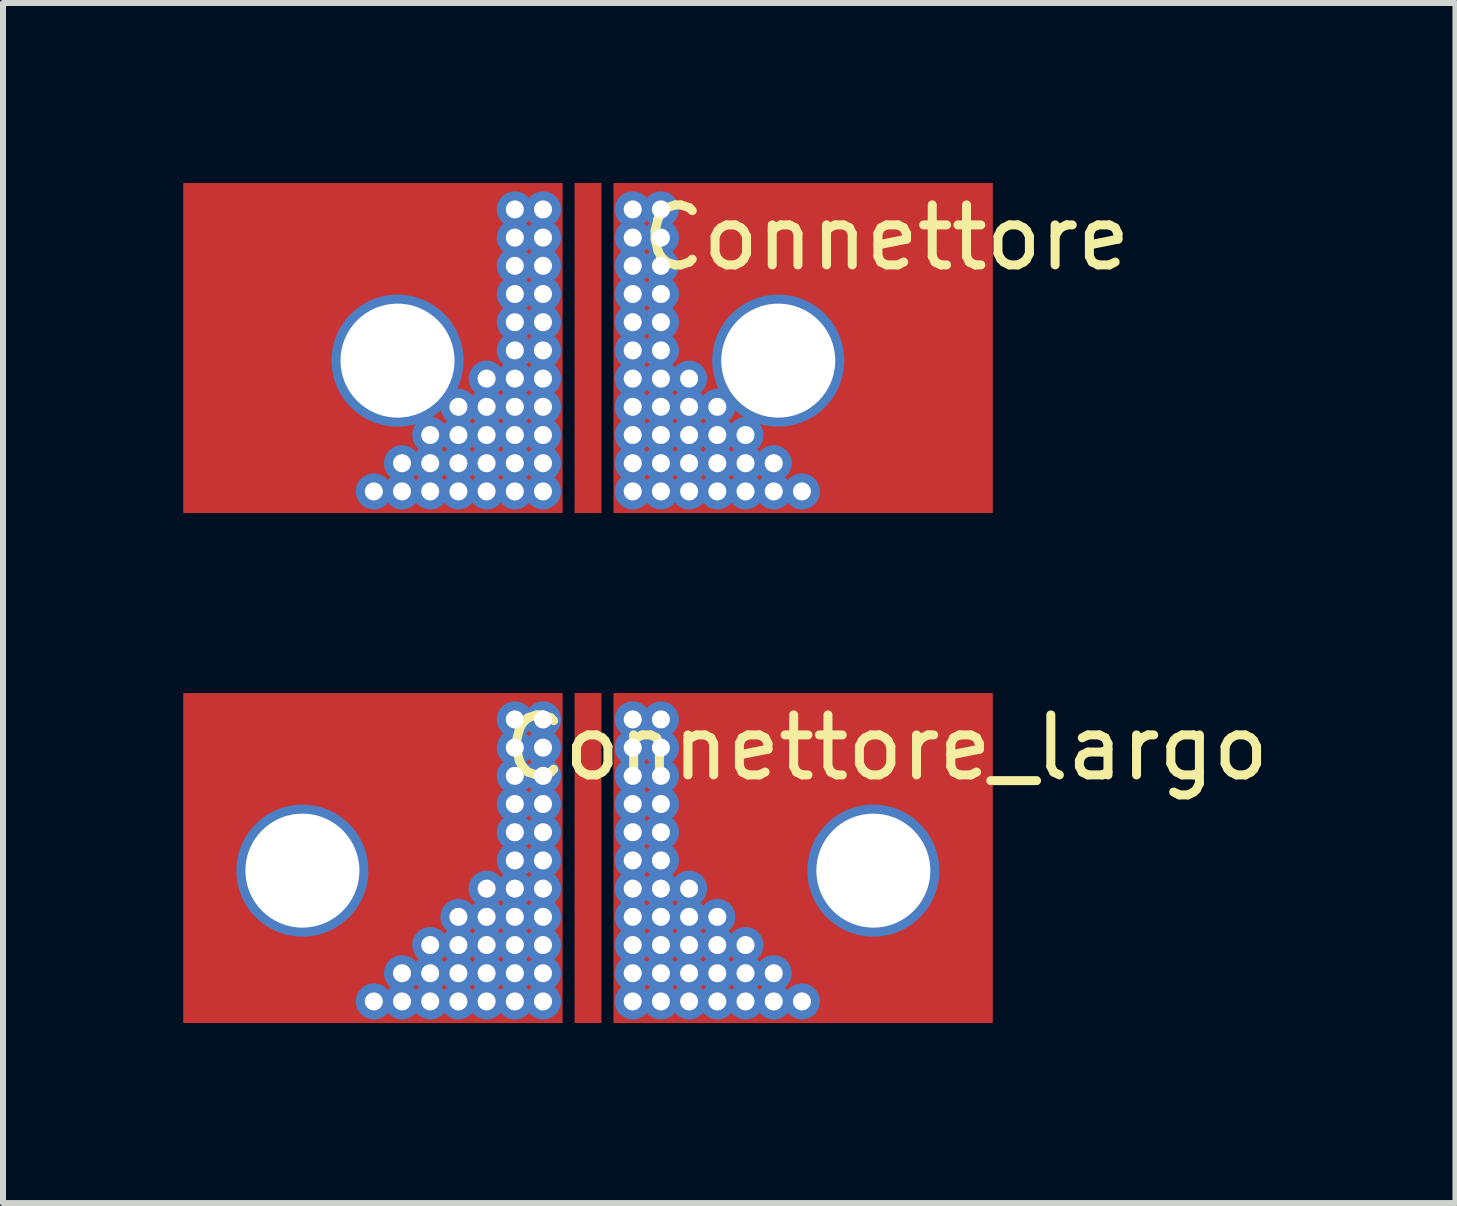
<source format=kicad_pcb>
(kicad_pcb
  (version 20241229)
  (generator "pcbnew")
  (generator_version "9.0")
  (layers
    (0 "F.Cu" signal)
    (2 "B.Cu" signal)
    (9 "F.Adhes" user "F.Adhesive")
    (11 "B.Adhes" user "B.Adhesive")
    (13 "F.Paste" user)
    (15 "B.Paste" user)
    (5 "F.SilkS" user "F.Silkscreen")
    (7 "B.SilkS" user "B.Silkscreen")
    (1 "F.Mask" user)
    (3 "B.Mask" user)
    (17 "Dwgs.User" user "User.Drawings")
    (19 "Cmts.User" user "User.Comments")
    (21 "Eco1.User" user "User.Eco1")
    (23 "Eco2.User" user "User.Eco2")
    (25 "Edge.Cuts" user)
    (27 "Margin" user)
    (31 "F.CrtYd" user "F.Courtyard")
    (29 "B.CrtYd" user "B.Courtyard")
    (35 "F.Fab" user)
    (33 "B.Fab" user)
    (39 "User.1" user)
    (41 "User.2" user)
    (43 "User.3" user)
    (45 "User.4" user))
  (footprint "Connettore_largo"
    (layer "F.Cu")
    (at 6.84 11.9)
    (property "Reference" "Connettore_largo" (at 4.885 -2.49 0) (layer "F.SilkS") (effects (font (size 1 1) (thickness 0.15))))
    (attr through_hole)
    (fp_poly (pts (xy 6.66 2.1) (xy -6.84 2.1) (xy -6.84 -3.4) (xy 6.66 -3.4)) (stroke (width 0) (type solid)) (fill yes) (layer "F.Mask"))
    (fp_poly (pts (xy 6.66 2.1) (xy -6.84 2.1) (xy -6.84 -3.4) (xy 6.66 -3.4)) (stroke (width 0) (type solid)) (fill yes) (layer "B.Mask"))
    (pad "1" connect rect (at -0.09 -0.65) (size 0.448 5.5) (layers "F.Cu" "F.Mask"))
    (pad "2" thru_hole circle (at -4.85 -0.44) (size 2.2 2.2) (drill 1.9) (layers "*.Cu" "*.Mask"))
    (pad "2" connect rect (at -3.675 -0.65) (size 6.322 5.5) (layers "F.Cu" "F.Mask"))
    (pad "2" thru_hole circle (at -3.66 1.74) (size 0.6 0.6) (drill 0.3) (layers "*.Cu" "*.Mask"))
    (pad "2" thru_hole circle (at -3.19 1.27) (size 0.6 0.6) (drill 0.3) (layers "*.Cu" "*.Mask"))
    (pad "2" thru_hole circle (at -3.19 1.74) (size 0.6 0.6) (drill 0.3) (layers "*.Cu" "*.Mask"))
    (pad "2" thru_hole circle (at -2.72 0.8) (size 0.6 0.6) (drill 0.3) (layers "*.Cu" "*.Mask"))
    (pad "2" thru_hole circle (at -2.72 1.27) (size 0.6 0.6) (drill 0.3) (layers "*.Cu" "*.Mask"))
    (pad "2" thru_hole circle (at -2.72 1.74) (size 0.6 0.6) (drill 0.3) (layers "*.Cu" "*.Mask"))
    (pad "2" thru_hole circle (at -2.25 0.33) (size 0.6 0.6) (drill 0.3) (layers "*.Cu" "*.Mask"))
    (pad "2" thru_hole circle (at -2.25 0.8) (size 0.6 0.6) (drill 0.3) (layers "*.Cu" "*.Mask"))
    (pad "2" thru_hole circle (at -2.25 1.27) (size 0.6 0.6) (drill 0.3) (layers "*.Cu" "*.Mask"))
    (pad "2" thru_hole circle (at -2.25 1.74) (size 0.6 0.6) (drill 0.3) (layers "*.Cu" "*.Mask"))
    (pad "2" thru_hole circle (at -1.78 -0.14) (size 0.6 0.6) (drill 0.3) (layers "*.Cu" "*.Mask"))
    (pad "2" thru_hole circle (at -1.78 0.33) (size 0.6 0.6) (drill 0.3) (layers "*.Cu" "*.Mask"))
    (pad "2" thru_hole circle (at -1.78 0.8) (size 0.6 0.6) (drill 0.3) (layers "*.Cu" "*.Mask"))
    (pad "2" thru_hole circle (at -1.78 1.27) (size 0.6 0.6) (drill 0.3) (layers "*.Cu" "*.Mask"))
    (pad "2" thru_hole circle (at -1.78 1.74) (size 0.6 0.6) (drill 0.3) (layers "*.Cu" "*.Mask"))
    (pad "2" thru_hole circle (at -1.31 -2.96) (size 0.6 0.6) (drill 0.3) (layers "*.Cu" "*.Mask"))
    (pad "2" thru_hole circle (at -1.31 -2.49) (size 0.6 0.6) (drill 0.3) (layers "*.Cu" "*.Mask"))
    (pad "2" thru_hole circle (at -1.31 -2.02) (size 0.6 0.6) (drill 0.3) (layers "*.Cu" "*.Mask"))
    (pad "2" thru_hole circle (at -1.31 -1.55) (size 0.6 0.6) (drill 0.3) (layers "*.Cu" "*.Mask"))
    (pad "2" thru_hole circle (at -1.31 -1.08) (size 0.6 0.6) (drill 0.3) (layers "*.Cu" "*.Mask"))
    (pad "2" thru_hole circle (at -1.31 -0.61) (size 0.6 0.6) (drill 0.3) (layers "*.Cu" "*.Mask"))
    (pad "2" thru_hole circle (at -1.31 -0.14) (size 0.6 0.6) (drill 0.3) (layers "*.Cu" "*.Mask"))
    (pad "2" thru_hole circle (at -1.31 0.33) (size 0.6 0.6) (drill 0.3) (layers "*.Cu" "*.Mask"))
    (pad "2" thru_hole circle (at -1.31 0.8) (size 0.6 0.6) (drill 0.3) (layers "*.Cu" "*.Mask"))
    (pad "2" thru_hole circle (at -1.31 1.27) (size 0.6 0.6) (drill 0.3) (layers "*.Cu" "*.Mask"))
    (pad "2" thru_hole circle (at -1.31 1.74) (size 0.6 0.6) (drill 0.3) (layers "*.Cu" "*.Mask"))
    (pad "2" thru_hole circle (at -0.84 -2.96) (size 0.6 0.6) (drill 0.3) (layers "*.Cu" "*.Mask"))
    (pad "2" thru_hole circle (at -0.84 -2.49) (size 0.6 0.6) (drill 0.3) (layers "*.Cu" "*.Mask"))
    (pad "2" thru_hole circle (at -0.84 -2.02) (size 0.6 0.6) (drill 0.3) (layers "*.Cu" "*.Mask"))
    (pad "2" thru_hole circle (at -0.84 -1.55) (size 0.6 0.6) (drill 0.3) (layers "*.Cu" "*.Mask"))
    (pad "2" thru_hole circle (at -0.84 -1.08) (size 0.6 0.6) (drill 0.3) (layers "*.Cu" "*.Mask"))
    (pad "2" thru_hole circle (at -0.84 -0.61) (size 0.6 0.6) (drill 0.3) (layers "*.Cu" "*.Mask"))
    (pad "2" thru_hole circle (at -0.84 -0.14) (size 0.6 0.6) (drill 0.3) (layers "*.Cu" "*.Mask"))
    (pad "2" thru_hole circle (at -0.84 0.33) (size 0.6 0.6) (drill 0.3) (layers "*.Cu" "*.Mask"))
    (pad "2" thru_hole circle (at -0.84 0.8) (size 0.6 0.6) (drill 0.3) (layers "*.Cu" "*.Mask"))
    (pad "2" thru_hole circle (at -0.84 1.27) (size 0.6 0.6) (drill 0.3) (layers "*.Cu" "*.Mask"))
    (pad "2" thru_hole circle (at -0.84 1.74) (size 0.6 0.6) (drill 0.3) (layers "*.Cu" "*.Mask"))
    (pad "2" thru_hole circle (at 0.655 -2.96) (size 0.6 0.6) (drill 0.3) (layers "*.Cu" "*.Mask"))
    (pad "2" thru_hole circle (at 0.655 -2.49) (size 0.6 0.6) (drill 0.3) (layers "*.Cu" "*.Mask"))
    (pad "2" thru_hole circle (at 0.655 -2.02) (size 0.6 0.6) (drill 0.3) (layers "*.Cu" "*.Mask"))
    (pad "2" thru_hole circle (at 0.655 -1.55) (size 0.6 0.6) (drill 0.3) (layers "*.Cu" "*.Mask"))
    (pad "2" thru_hole circle (at 0.655 -1.08) (size 0.6 0.6) (drill 0.3) (layers "*.Cu" "*.Mask"))
    (pad "2" thru_hole circle (at 0.655 -0.61) (size 0.6 0.6) (drill 0.3) (layers "*.Cu" "*.Mask"))
    (pad "2" thru_hole circle (at 0.655 -0.14) (size 0.6 0.6) (drill 0.3) (layers "*.Cu" "*.Mask"))
    (pad "2" thru_hole circle (at 0.655 0.33) (size 0.6 0.6) (drill 0.3) (layers "*.Cu" "*.Mask"))
    (pad "2" thru_hole circle (at 0.655 0.8) (size 0.6 0.6) (drill 0.3) (layers "*.Cu" "*.Mask"))
    (pad "2" thru_hole circle (at 0.655 1.27) (size 0.6 0.6) (drill 0.3) (layers "*.Cu" "*.Mask"))
    (pad "2" thru_hole circle (at 0.655 1.74) (size 0.6 0.6) (drill 0.3) (layers "*.Cu" "*.Mask"))
    (pad "2" thru_hole circle (at 1.125 -2.96) (size 0.6 0.6) (drill 0.3) (layers "*.Cu" "*.Mask"))
    (pad "2" thru_hole circle (at 1.125 -2.49) (size 0.6 0.6) (drill 0.3) (layers "*.Cu" "*.Mask"))
    (pad "2" thru_hole circle (at 1.125 -2.02) (size 0.6 0.6) (drill 0.3) (layers "*.Cu" "*.Mask"))
    (pad "2" thru_hole circle (at 1.125 -1.55) (size 0.6 0.6) (drill 0.3) (layers "*.Cu" "*.Mask"))
    (pad "2" thru_hole circle (at 1.125 -1.08) (size 0.6 0.6) (drill 0.3) (layers "*.Cu" "*.Mask"))
    (pad "2" thru_hole circle (at 1.125 -0.61) (size 0.6 0.6) (drill 0.3) (layers "*.Cu" "*.Mask"))
    (pad "2" thru_hole circle (at 1.125 -0.14) (size 0.6 0.6) (drill 0.3) (layers "*.Cu" "*.Mask"))
    (pad "2" thru_hole circle (at 1.125 0.33) (size 0.6 0.6) (drill 0.3) (layers "*.Cu" "*.Mask"))
    (pad "2" thru_hole circle (at 1.125 0.8) (size 0.6 0.6) (drill 0.3) (layers "*.Cu" "*.Mask"))
    (pad "2" thru_hole circle (at 1.125 1.27) (size 0.6 0.6) (drill 0.3) (layers "*.Cu" "*.Mask"))
    (pad "2" thru_hole circle (at 1.125 1.74) (size 0.6 0.6) (drill 0.3) (layers "*.Cu" "*.Mask"))
    (pad "2" thru_hole circle (at 1.595 -0.14) (size 0.6 0.6) (drill 0.3) (layers "*.Cu" "*.Mask"))
    (pad "2" thru_hole circle (at 1.595 0.33) (size 0.6 0.6) (drill 0.3) (layers "*.Cu" "*.Mask"))
    (pad "2" thru_hole circle (at 1.595 0.8) (size 0.6 0.6) (drill 0.3) (layers "*.Cu" "*.Mask"))
    (pad "2" thru_hole circle (at 1.595 1.27) (size 0.6 0.6) (drill 0.3) (layers "*.Cu" "*.Mask"))
    (pad "2" thru_hole circle (at 1.595 1.74) (size 0.6 0.6) (drill 0.3) (layers "*.Cu" "*.Mask"))
    (pad "2" thru_hole circle (at 2.065 0.33) (size 0.6 0.6) (drill 0.3) (layers "*.Cu" "*.Mask"))
    (pad "2" thru_hole circle (at 2.065 0.8) (size 0.6 0.6) (drill 0.3) (layers "*.Cu" "*.Mask"))
    (pad "2" thru_hole circle (at 2.065 1.27) (size 0.6 0.6) (drill 0.3) (layers "*.Cu" "*.Mask"))
    (pad "2" thru_hole circle (at 2.065 1.74) (size 0.6 0.6) (drill 0.3) (layers "*.Cu" "*.Mask"))
    (pad "2" thru_hole circle (at 2.535 0.8) (size 0.6 0.6) (drill 0.3) (layers "*.Cu" "*.Mask"))
    (pad "2" thru_hole circle (at 2.535 1.27) (size 0.6 0.6) (drill 0.3) (layers "*.Cu" "*.Mask"))
    (pad "2" thru_hole circle (at 2.535 1.74) (size 0.6 0.6) (drill 0.3) (layers "*.Cu" "*.Mask"))
    (pad "2" thru_hole circle (at 3.005 1.27) (size 0.6 0.6) (drill 0.3) (layers "*.Cu" "*.Mask"))
    (pad "2" thru_hole circle (at 3.005 1.74) (size 0.6 0.6) (drill 0.3) (layers "*.Cu" "*.Mask"))
    (pad "2" thru_hole circle (at 3.475 1.74) (size 0.6 0.6) (drill 0.3) (layers "*.Cu" "*.Mask"))
    (pad "2" connect rect (at 3.495 -0.65) (size 6.322 5.5) (layers "F.Cu" "F.Mask"))
    (pad "2" thru_hole circle (at 4.665 -0.44) (size 2.2 2.2) (drill 1.9) (layers "*.Cu" "*.Mask")))
  (footprint "Connettore"
    (layer "F.Cu")
    (at 6.84 3.4)
    (property "Reference" "Connettore" (at 4.885 -2.49 0) (layer "F.SilkS") (effects (font (size 1 1) (thickness 0.15))))
    (attr through_hole)
    (fp_poly (pts (xy 6.66 2.1) (xy -6.84 2.1) (xy -6.84 -3.4) (xy 6.66 -3.4)) (stroke (width 0) (type solid)) (fill yes) (layer "F.Mask"))
    (pad "1" connect rect (at -0.09 -0.65) (size 0.448 5.5) (layers "F.Cu" "F.Mask"))
    (pad "2" connect rect (at -3.675 -0.65) (size 6.322 5.5) (layers "F.Cu" "F.Mask"))
    (pad "2" thru_hole circle (at -3.66 1.74) (size 0.6 0.6) (drill 0.3) (layers "*.Cu" "*.Mask"))
    (pad "2" thru_hole circle (at -3.265 -0.44) (size 2.2 2.2) (drill 1.9) (layers "*.Cu" "*.Mask"))
    (pad "2" thru_hole circle (at -3.19 1.27) (size 0.6 0.6) (drill 0.3) (layers "*.Cu" "*.Mask"))
    (pad "2" thru_hole circle (at -3.19 1.74) (size 0.6 0.6) (drill 0.3) (layers "*.Cu" "*.Mask"))
    (pad "2" thru_hole circle (at -2.72 0.8) (size 0.6 0.6) (drill 0.3) (layers "*.Cu" "*.Mask"))
    (pad "2" thru_hole circle (at -2.72 1.27) (size 0.6 0.6) (drill 0.3) (layers "*.Cu" "*.Mask"))
    (pad "2" thru_hole circle (at -2.72 1.74) (size 0.6 0.6) (drill 0.3) (layers "*.Cu" "*.Mask"))
    (pad "2" thru_hole circle (at -2.25 0.33) (size 0.6 0.6) (drill 0.3) (layers "*.Cu" "*.Mask"))
    (pad "2" thru_hole circle (at -2.25 0.8) (size 0.6 0.6) (drill 0.3) (layers "*.Cu" "*.Mask"))
    (pad "2" thru_hole circle (at -2.25 1.27) (size 0.6 0.6) (drill 0.3) (layers "*.Cu" "*.Mask"))
    (pad "2" thru_hole circle (at -2.25 1.74) (size 0.6 0.6) (drill 0.3) (layers "*.Cu" "*.Mask"))
    (pad "2" thru_hole circle (at -1.78 -0.14) (size 0.6 0.6) (drill 0.3) (layers "*.Cu" "*.Mask"))
    (pad "2" thru_hole circle (at -1.78 0.33) (size 0.6 0.6) (drill 0.3) (layers "*.Cu" "*.Mask"))
    (pad "2" thru_hole circle (at -1.78 0.8) (size 0.6 0.6) (drill 0.3) (layers "*.Cu" "*.Mask"))
    (pad "2" thru_hole circle (at -1.78 1.27) (size 0.6 0.6) (drill 0.3) (layers "*.Cu" "*.Mask"))
    (pad "2" thru_hole circle (at -1.78 1.74) (size 0.6 0.6) (drill 0.3) (layers "*.Cu" "*.Mask"))
    (pad "2" thru_hole circle (at -1.31 -2.96) (size 0.6 0.6) (drill 0.3) (layers "*.Cu" "*.Mask"))
    (pad "2" thru_hole circle (at -1.31 -2.49) (size 0.6 0.6) (drill 0.3) (layers "*.Cu" "*.Mask"))
    (pad "2" thru_hole circle (at -1.31 -2.02) (size 0.6 0.6) (drill 0.3) (layers "*.Cu" "*.Mask"))
    (pad "2" thru_hole circle (at -1.31 -1.55) (size 0.6 0.6) (drill 0.3) (layers "*.Cu" "*.Mask"))
    (pad "2" thru_hole circle (at -1.31 -1.08) (size 0.6 0.6) (drill 0.3) (layers "*.Cu" "*.Mask"))
    (pad "2" thru_hole circle (at -1.31 -0.61) (size 0.6 0.6) (drill 0.3) (layers "*.Cu" "*.Mask"))
    (pad "2" thru_hole circle (at -1.31 -0.14) (size 0.6 0.6) (drill 0.3) (layers "*.Cu" "*.Mask"))
    (pad "2" thru_hole circle (at -1.31 0.33) (size 0.6 0.6) (drill 0.3) (layers "*.Cu" "*.Mask"))
    (pad "2" thru_hole circle (at -1.31 0.8) (size 0.6 0.6) (drill 0.3) (layers "*.Cu" "*.Mask"))
    (pad "2" thru_hole circle (at -1.31 1.27) (size 0.6 0.6) (drill 0.3) (layers "*.Cu" "*.Mask"))
    (pad "2" thru_hole circle (at -1.31 1.74) (size 0.6 0.6) (drill 0.3) (layers "*.Cu" "*.Mask"))
    (pad "2" thru_hole circle (at -0.84 -2.96) (size 0.6 0.6) (drill 0.3) (layers "*.Cu" "*.Mask"))
    (pad "2" thru_hole circle (at -0.84 -2.49) (size 0.6 0.6) (drill 0.3) (layers "*.Cu" "*.Mask"))
    (pad "2" thru_hole circle (at -0.84 -2.02) (size 0.6 0.6) (drill 0.3) (layers "*.Cu" "*.Mask"))
    (pad "2" thru_hole circle (at -0.84 -1.55) (size 0.6 0.6) (drill 0.3) (layers "*.Cu" "*.Mask"))
    (pad "2" thru_hole circle (at -0.84 -1.08) (size 0.6 0.6) (drill 0.3) (layers "*.Cu" "*.Mask"))
    (pad "2" thru_hole circle (at -0.84 -0.61) (size 0.6 0.6) (drill 0.3) (layers "*.Cu" "*.Mask"))
    (pad "2" thru_hole circle (at -0.84 -0.14) (size 0.6 0.6) (drill 0.3) (layers "*.Cu" "*.Mask"))
    (pad "2" thru_hole circle (at -0.84 0.33) (size 0.6 0.6) (drill 0.3) (layers "*.Cu" "*.Mask"))
    (pad "2" thru_hole circle (at -0.84 0.8) (size 0.6 0.6) (drill 0.3) (layers "*.Cu" "*.Mask"))
    (pad "2" thru_hole circle (at -0.84 1.27) (size 0.6 0.6) (drill 0.3) (layers "*.Cu" "*.Mask"))
    (pad "2" thru_hole circle (at -0.84 1.74) (size 0.6 0.6) (drill 0.3) (layers "*.Cu" "*.Mask"))
    (pad "2" thru_hole circle (at 0.655 -2.96) (size 0.6 0.6) (drill 0.3) (layers "*.Cu" "*.Mask"))
    (pad "2" thru_hole circle (at 0.655 -2.49) (size 0.6 0.6) (drill 0.3) (layers "*.Cu" "*.Mask"))
    (pad "2" thru_hole circle (at 0.655 -2.02) (size 0.6 0.6) (drill 0.3) (layers "*.Cu" "*.Mask"))
    (pad "2" thru_hole circle (at 0.655 -1.55) (size 0.6 0.6) (drill 0.3) (layers "*.Cu" "*.Mask"))
    (pad "2" thru_hole circle (at 0.655 -1.08) (size 0.6 0.6) (drill 0.3) (layers "*.Cu" "*.Mask"))
    (pad "2" thru_hole circle (at 0.655 -0.61) (size 0.6 0.6) (drill 0.3) (layers "*.Cu" "*.Mask"))
    (pad "2" thru_hole circle (at 0.655 -0.14) (size 0.6 0.6) (drill 0.3) (layers "*.Cu" "*.Mask"))
    (pad "2" thru_hole circle (at 0.655 0.33) (size 0.6 0.6) (drill 0.3) (layers "*.Cu" "*.Mask"))
    (pad "2" thru_hole circle (at 0.655 0.8) (size 0.6 0.6) (drill 0.3) (layers "*.Cu" "*.Mask"))
    (pad "2" thru_hole circle (at 0.655 1.27) (size 0.6 0.6) (drill 0.3) (layers "*.Cu" "*.Mask"))
    (pad "2" thru_hole circle (at 0.655 1.74) (size 0.6 0.6) (drill 0.3) (layers "*.Cu" "*.Mask"))
    (pad "2" thru_hole circle (at 1.125 -2.96) (size 0.6 0.6) (drill 0.3) (layers "*.Cu" "*.Mask"))
    (pad "2" thru_hole circle (at 1.125 -2.49) (size 0.6 0.6) (drill 0.3) (layers "*.Cu" "*.Mask"))
    (pad "2" thru_hole circle (at 1.125 -2.02) (size 0.6 0.6) (drill 0.3) (layers "*.Cu" "*.Mask"))
    (pad "2" thru_hole circle (at 1.125 -1.55) (size 0.6 0.6) (drill 0.3) (layers "*.Cu" "*.Mask"))
    (pad "2" thru_hole circle (at 1.125 -1.08) (size 0.6 0.6) (drill 0.3) (layers "*.Cu" "*.Mask"))
    (pad "2" thru_hole circle (at 1.125 -0.61) (size 0.6 0.6) (drill 0.3) (layers "*.Cu" "*.Mask"))
    (pad "2" thru_hole circle (at 1.125 -0.14) (size 0.6 0.6) (drill 0.3) (layers "*.Cu" "*.Mask"))
    (pad "2" thru_hole circle (at 1.125 0.33) (size 0.6 0.6) (drill 0.3) (layers "*.Cu" "*.Mask"))
    (pad "2" thru_hole circle (at 1.125 0.8) (size 0.6 0.6) (drill 0.3) (layers "*.Cu" "*.Mask"))
    (pad "2" thru_hole circle (at 1.125 1.27) (size 0.6 0.6) (drill 0.3) (layers "*.Cu" "*.Mask"))
    (pad "2" thru_hole circle (at 1.125 1.74) (size 0.6 0.6) (drill 0.3) (layers "*.Cu" "*.Mask"))
    (pad "2" thru_hole circle (at 1.595 -0.14) (size 0.6 0.6) (drill 0.3) (layers "*.Cu" "*.Mask"))
    (pad "2" thru_hole circle (at 1.595 0.33) (size 0.6 0.6) (drill 0.3) (layers "*.Cu" "*.Mask"))
    (pad "2" thru_hole circle (at 1.595 0.8) (size 0.6 0.6) (drill 0.3) (layers "*.Cu" "*.Mask"))
    (pad "2" thru_hole circle (at 1.595 1.27) (size 0.6 0.6) (drill 0.3) (layers "*.Cu" "*.Mask"))
    (pad "2" thru_hole circle (at 1.595 1.74) (size 0.6 0.6) (drill 0.3) (layers "*.Cu" "*.Mask"))
    (pad "2" thru_hole circle (at 2.065 0.33) (size 0.6 0.6) (drill 0.3) (layers "*.Cu" "*.Mask"))
    (pad "2" thru_hole circle (at 2.065 0.8) (size 0.6 0.6) (drill 0.3) (layers "*.Cu" "*.Mask"))
    (pad "2" thru_hole circle (at 2.065 1.27) (size 0.6 0.6) (drill 0.3) (layers "*.Cu" "*.Mask"))
    (pad "2" thru_hole circle (at 2.065 1.74) (size 0.6 0.6) (drill 0.3) (layers "*.Cu" "*.Mask"))
    (pad "2" thru_hole circle (at 2.535 0.8) (size 0.6 0.6) (drill 0.3) (layers "*.Cu" "*.Mask"))
    (pad "2" thru_hole circle (at 2.535 1.27) (size 0.6 0.6) (drill 0.3) (layers "*.Cu" "*.Mask"))
    (pad "2" thru_hole circle (at 2.535 1.74) (size 0.6 0.6) (drill 0.3) (layers "*.Cu" "*.Mask"))
    (pad "2" thru_hole circle (at 3.005 1.27) (size 0.6 0.6) (drill 0.3) (layers "*.Cu" "*.Mask"))
    (pad "2" thru_hole circle (at 3.005 1.74) (size 0.6 0.6) (drill 0.3) (layers "*.Cu" "*.Mask"))
    (pad "2" thru_hole circle (at 3.08 -0.44) (size 2.2 2.2) (drill 1.9) (layers "*.Cu" "*.Mask"))
    (pad "2" thru_hole circle (at 3.475 1.74) (size 0.6 0.6) (drill 0.3) (layers "*.Cu" "*.Mask"))
    (pad "2" connect rect (at 3.495 -0.65) (size 6.322 5.5) (layers "F.Cu" "F.Mask")))
  (gr_rect
    (start -3 -3)
    (end 21.207 17)
    (stroke (width 0.1) (type default))
    (fill no)
    (layer "Edge.Cuts")))
</source>
